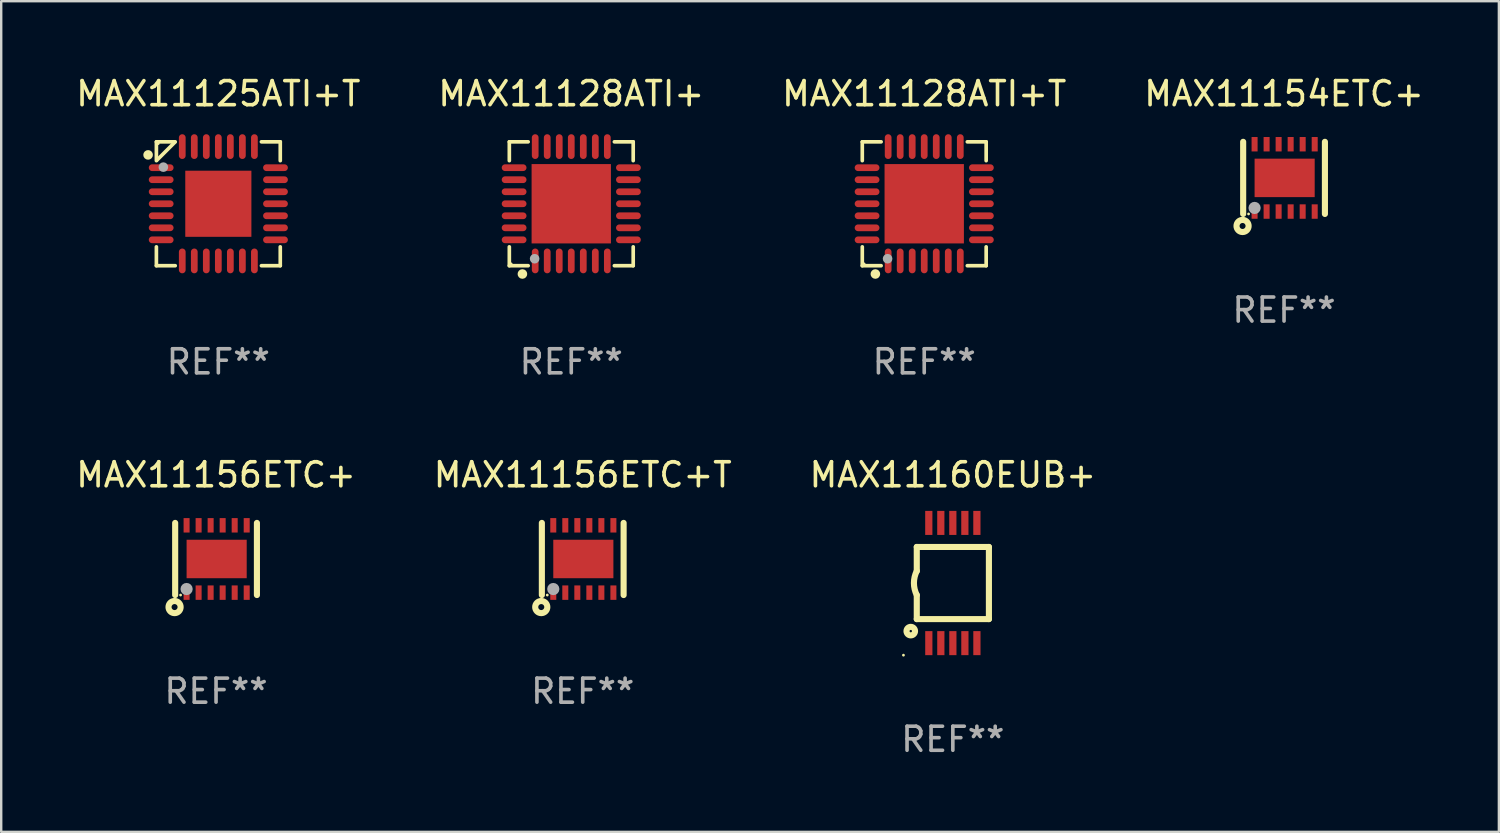
<source format=kicad_pcb>
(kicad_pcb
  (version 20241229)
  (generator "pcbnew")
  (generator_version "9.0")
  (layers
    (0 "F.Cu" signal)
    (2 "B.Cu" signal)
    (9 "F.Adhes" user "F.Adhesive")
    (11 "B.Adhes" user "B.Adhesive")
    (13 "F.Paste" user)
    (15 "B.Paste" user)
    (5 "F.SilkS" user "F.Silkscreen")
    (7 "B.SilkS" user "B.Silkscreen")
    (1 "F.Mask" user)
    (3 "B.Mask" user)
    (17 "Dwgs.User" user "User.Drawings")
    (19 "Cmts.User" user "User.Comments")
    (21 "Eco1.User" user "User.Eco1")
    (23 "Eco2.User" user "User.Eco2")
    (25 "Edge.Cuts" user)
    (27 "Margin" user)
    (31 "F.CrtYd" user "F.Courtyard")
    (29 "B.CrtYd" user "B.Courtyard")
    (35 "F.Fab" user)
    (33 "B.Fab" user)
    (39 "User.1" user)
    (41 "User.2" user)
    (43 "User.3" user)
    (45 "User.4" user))
  (footprint "MAX11160EUB+"
    (layer "F.Cu")
    (at 36.577 21.197)
    (property "Reference" "MAX11160EUB+" (at 0 -4.5 0) (layer "F.SilkS") (effects (font (size 1 1) (thickness 0.15))))
    (attr through_hole)
    (fp_line (start -1.5 -1.5) (end -1.5 -0.5) (stroke (width 0.254) (type solid)) (layer "F.SilkS"))
    (fp_line (start -1.5 1.5) (end -1.5 0.5) (stroke (width 0.254) (type solid)) (layer "F.SilkS"))
    (fp_line (start -1.5 1.5) (end 1.5 1.5) (stroke (width 0.254) (type solid)) (layer "F.SilkS"))
    (fp_line (start 1.5 1.5) (end 1.5 -1.5) (stroke (width 0.254) (type solid)) (layer "F.SilkS"))
    (fp_line (start 1.5 -1.5) (end -1.5 -1.5) (stroke (width 0.254) (type solid)) (layer "F.SilkS"))
    (fp_arc (start -1.500165 0.499873) (mid -1.618199 -0.000127) (end -1.500165 -0.500127) (stroke (width 0.254001) (type solid)) (layer "F.SilkS"))
    (fp_circle (center -2.054 3) (end -2.024 3) (stroke (width 0.06) (type solid)) (fill no) (layer "F.SilkS"))
    (fp_circle (center -1.75 2) (end -1.573 2) (stroke (width 0.254) (type solid)) (fill no) (layer "F.SilkS"))
    (fp_text user "REF**" (at 0 6.5 0) (layer "F.Fab") (effects (font (size 1 1) (thickness 0.15))))
    (pad "1" smd rect (at -0.999 2.5 180) (size 0.3 1) (layers "F.Cu" "F.Mask" "F.Paste"))
    (pad "2" smd rect (at -0.499 2.5 180) (size 0.3 1) (layers "F.Cu" "F.Mask" "F.Paste"))
    (pad "3" smd rect (at 0.001 2.5 180) (size 0.3 1) (layers "F.Cu" "F.Mask" "F.Paste"))
    (pad "4" smd rect (at 0.501 2.5 180) (size 0.3 1) (layers "F.Cu" "F.Mask" "F.Paste"))
    (pad "5" smd rect (at 1.001 2.5 180) (size 0.3 1) (layers "F.Cu" "F.Mask" "F.Paste"))
    (pad "6" smd rect (at 1 -2.5 180) (size 0.3 1) (layers "F.Cu" "F.Mask" "F.Paste"))
    (pad "7" smd rect (at 0.5 -2.5 180) (size 0.3 1) (layers "F.Cu" "F.Mask" "F.Paste"))
    (pad "8" smd rect (at -0.000165 -2.5 180) (size 0.3 1) (layers "F.Cu" "F.Mask" "F.Paste"))
    (pad "9" smd rect (at -0.5 -2.5 180) (size 0.3 1) (layers "F.Cu" "F.Mask" "F.Paste"))
    (pad "10" smd rect (at -1 -2.5 180) (size 0.3 1) (layers "F.Cu" "F.Mask" "F.Paste")))
  (footprint "MAX11128ATI+"
    (layer "F.Cu")
    (at 20.708 5.424)
    (property "Reference" "MAX11128ATI+" (at 0 -4.576 0) (layer "F.SilkS") (effects (font (size 1 1) (thickness 0.15))))
    (attr through_hole)
    (fp_line (start -2.576 -2.576) (end -2.576 -1.792) (stroke (width 0.152) (type solid)) (layer "F.SilkS"))
    (fp_line (start -2.576 1.792) (end -2.576 2.576) (stroke (width 0.152) (type solid)) (layer "F.SilkS"))
    (fp_line (start -2.576 2.576) (end -1.792 2.576) (stroke (width 0.152) (type solid)) (layer "F.SilkS"))
    (fp_line (start -1.792 -2.576) (end -2.576 -2.576) (stroke (width 0.152) (type solid)) (layer "F.SilkS"))
    (fp_line (start 1.792 -2.576) (end 2.576 -2.576) (stroke (width 0.152) (type solid)) (layer "F.SilkS"))
    (fp_line (start 1.792 2.576) (end 2.576 2.576) (stroke (width 0.152) (type solid)) (layer "F.SilkS"))
    (fp_line (start 2.576 -2.576) (end 2.576 -1.792) (stroke (width 0.152) (type solid)) (layer "F.SilkS"))
    (fp_line (start 2.576 2.576) (end 2.576 1.792) (stroke (width 0.152) (type solid)) (layer "F.SilkS"))
    (fp_circle (center -2.5 2.5) (end -2.47 2.5) (stroke (width 0.06) (type solid)) (fill no) (layer "F.SilkS"))
    (fp_circle (center -2.032 2.921) (end -1.932 2.921) (stroke (width 0.2) (type solid)) (fill no) (layer "F.SilkS"))
    (fp_circle (center -1.524 2.286) (end -1.424 2.286) (stroke (width 0.2) (type solid)) (fill no) (layer "F.Fab"))
    (fp_text user "REF**" (at 0 6.576 0) (layer "F.Fab") (effects (font (size 1 1) (thickness 0.15))))
    (pad "1" smd oval (at -1.5 2.377 90) (size 1.03 0.28) (layers "F.Cu" "F.Mask" "F.Paste"))
    (pad "2" smd oval (at -1 2.377 90) (size 1.03 0.28) (layers "F.Cu" "F.Mask" "F.Paste"))
    (pad "3" smd oval (at -0.5 2.377 90) (size 1.03 0.28) (layers "F.Cu" "F.Mask" "F.Paste"))
    (pad "4" smd oval (at -0.000051 2.377 90) (size 1.03 0.28) (layers "F.Cu" "F.Mask" "F.Paste"))
    (pad "5" smd oval (at 0.5 2.377 90) (size 1.03 0.28) (layers "F.Cu" "F.Mask" "F.Paste"))
    (pad "6" smd oval (at 1 2.377 90) (size 1.03 0.28) (layers "F.Cu" "F.Mask" "F.Paste"))
    (pad "7" smd oval (at 1.5 2.377 90) (size 1.03 0.28) (layers "F.Cu" "F.Mask" "F.Paste"))
    (pad "8" smd oval (at 2.377 1.5 90) (size 0.28 1.03) (layers "F.Cu" "F.Mask" "F.Paste"))
    (pad "9" smd oval (at 2.377 1 90) (size 0.28 1.03) (layers "F.Cu" "F.Mask" "F.Paste"))
    (pad "10" smd oval (at 2.377 0.5 90) (size 0.28 1.03) (layers "F.Cu" "F.Mask" "F.Paste"))
    (pad "11" smd oval (at 2.377 -0.000051 90) (size 0.28 1.03) (layers "F.Cu" "F.Mask" "F.Paste"))
    (pad "12" smd oval (at 2.377 -0.5 90) (size 0.28 1.03) (layers "F.Cu" "F.Mask" "F.Paste"))
    (pad "13" smd oval (at 2.377 -1 90) (size 0.28 1.03) (layers "F.Cu" "F.Mask" "F.Paste"))
    (pad "14" smd oval (at 2.377 -1.5 90) (size 0.28 1.03) (layers "F.Cu" "F.Mask" "F.Paste"))
    (pad "15" smd oval (at 1.5 -2.377 90) (size 1.03 0.28) (layers "F.Cu" "F.Mask" "F.Paste"))
    (pad "16" smd oval (at 1 -2.377 90) (size 1.03 0.28) (layers "F.Cu" "F.Mask" "F.Paste"))
    (pad "17" smd oval (at 0.5 -2.377 90) (size 1.03 0.28) (layers "F.Cu" "F.Mask" "F.Paste"))
    (pad "18" smd oval (at -0.000051 -2.377 90) (size 1.03 0.28) (layers "F.Cu" "F.Mask" "F.Paste"))
    (pad "19" smd oval (at -0.5 -2.377 90) (size 1.03 0.28) (layers "F.Cu" "F.Mask" "F.Paste"))
    (pad "20" smd oval (at -1 -2.377 90) (size 1.03 0.28) (layers "F.Cu" "F.Mask" "F.Paste"))
    (pad "21" smd oval (at -1.5 -2.377 90) (size 1.03 0.28) (layers "F.Cu" "F.Mask" "F.Paste"))
    (pad "22" smd oval (at -2.377 -1.5 90) (size 0.28 1.03) (layers "F.Cu" "F.Mask" "F.Paste"))
    (pad "23" smd oval (at -2.377 -1 90) (size 0.28 1.03) (layers "F.Cu" "F.Mask" "F.Paste"))
    (pad "24" smd oval (at -2.377 -0.5 90) (size 0.28 1.03) (layers "F.Cu" "F.Mask" "F.Paste"))
    (pad "25" smd oval (at -2.377 -0.000051 90) (size 0.28 1.03) (layers "F.Cu" "F.Mask" "F.Paste"))
    (pad "26" smd oval (at -2.377 0.5 90) (size 0.28 1.03) (layers "F.Cu" "F.Mask" "F.Paste"))
    (pad "27" smd oval (at -2.377 1 90) (size 0.28 1.03) (layers "F.Cu" "F.Mask" "F.Paste"))
    (pad "28" smd oval (at -2.377 1.5 90) (size 0.28 1.03) (layers "F.Cu" "F.Mask" "F.Paste"))
    (pad "29" smd rect (at -0.000051 -0.000051 90) (size 3.3 3.3) (layers "F.Cu" "F.Mask" "F.Paste")))
  (footprint "MAX11128ATI+T"
    (layer "F.Cu")
    (at 35.387 5.424)
    (property "Reference" "MAX11128ATI+T" (at 0 -4.576 0) (layer "F.SilkS") (effects (font (size 1 1) (thickness 0.15))))
    (attr through_hole)
    (fp_line (start -2.576 -2.576) (end -2.576 -1.792) (stroke (width 0.152) (type solid)) (layer "F.SilkS"))
    (fp_line (start -2.576 1.792) (end -2.576 2.576) (stroke (width 0.152) (type solid)) (layer "F.SilkS"))
    (fp_line (start -2.576 2.576) (end -1.792 2.576) (stroke (width 0.152) (type solid)) (layer "F.SilkS"))
    (fp_line (start -1.792 -2.576) (end -2.576 -2.576) (stroke (width 0.152) (type solid)) (layer "F.SilkS"))
    (fp_line (start 1.792 -2.576) (end 2.576 -2.576) (stroke (width 0.152) (type solid)) (layer "F.SilkS"))
    (fp_line (start 1.792 2.576) (end 2.576 2.576) (stroke (width 0.152) (type solid)) (layer "F.SilkS"))
    (fp_line (start 2.576 -2.576) (end 2.576 -1.792) (stroke (width 0.152) (type solid)) (layer "F.SilkS"))
    (fp_line (start 2.576 2.576) (end 2.576 1.792) (stroke (width 0.152) (type solid)) (layer "F.SilkS"))
    (fp_circle (center -2.5 2.5) (end -2.47 2.5) (stroke (width 0.06) (type solid)) (fill no) (layer "F.SilkS"))
    (fp_circle (center -2.032 2.921) (end -1.932 2.921) (stroke (width 0.2) (type solid)) (fill no) (layer "F.SilkS"))
    (fp_circle (center -1.524 2.286) (end -1.424 2.286) (stroke (width 0.2) (type solid)) (fill no) (layer "F.Fab"))
    (fp_text user "REF**" (at 0 6.576 0) (layer "F.Fab") (effects (font (size 1 1) (thickness 0.15))))
    (pad "1" smd oval (at -1.5 2.377 90) (size 1.03 0.28) (layers "F.Cu" "F.Mask" "F.Paste"))
    (pad "2" smd oval (at -1 2.377 90) (size 1.03 0.28) (layers "F.Cu" "F.Mask" "F.Paste"))
    (pad "3" smd oval (at -0.5 2.377 90) (size 1.03 0.28) (layers "F.Cu" "F.Mask" "F.Paste"))
    (pad "4" smd oval (at -0.000051 2.377 90) (size 1.03 0.28) (layers "F.Cu" "F.Mask" "F.Paste"))
    (pad "5" smd oval (at 0.5 2.377 90) (size 1.03 0.28) (layers "F.Cu" "F.Mask" "F.Paste"))
    (pad "6" smd oval (at 1 2.377 90) (size 1.03 0.28) (layers "F.Cu" "F.Mask" "F.Paste"))
    (pad "7" smd oval (at 1.5 2.377 90) (size 1.03 0.28) (layers "F.Cu" "F.Mask" "F.Paste"))
    (pad "8" smd oval (at 2.377 1.5 90) (size 0.28 1.03) (layers "F.Cu" "F.Mask" "F.Paste"))
    (pad "9" smd oval (at 2.377 1 90) (size 0.28 1.03) (layers "F.Cu" "F.Mask" "F.Paste"))
    (pad "10" smd oval (at 2.377 0.5 90) (size 0.28 1.03) (layers "F.Cu" "F.Mask" "F.Paste"))
    (pad "11" smd oval (at 2.377 -0.000051 90) (size 0.28 1.03) (layers "F.Cu" "F.Mask" "F.Paste"))
    (pad "12" smd oval (at 2.377 -0.5 90) (size 0.28 1.03) (layers "F.Cu" "F.Mask" "F.Paste"))
    (pad "13" smd oval (at 2.377 -1 90) (size 0.28 1.03) (layers "F.Cu" "F.Mask" "F.Paste"))
    (pad "14" smd oval (at 2.377 -1.5 90) (size 0.28 1.03) (layers "F.Cu" "F.Mask" "F.Paste"))
    (pad "15" smd oval (at 1.5 -2.377 90) (size 1.03 0.28) (layers "F.Cu" "F.Mask" "F.Paste"))
    (pad "16" smd oval (at 1 -2.377 90) (size 1.03 0.28) (layers "F.Cu" "F.Mask" "F.Paste"))
    (pad "17" smd oval (at 0.5 -2.377 90) (size 1.03 0.28) (layers "F.Cu" "F.Mask" "F.Paste"))
    (pad "18" smd oval (at -0.000051 -2.377 90) (size 1.03 0.28) (layers "F.Cu" "F.Mask" "F.Paste"))
    (pad "19" smd oval (at -0.5 -2.377 90) (size 1.03 0.28) (layers "F.Cu" "F.Mask" "F.Paste"))
    (pad "20" smd oval (at -1 -2.377 90) (size 1.03 0.28) (layers "F.Cu" "F.Mask" "F.Paste"))
    (pad "21" smd oval (at -1.5 -2.377 90) (size 1.03 0.28) (layers "F.Cu" "F.Mask" "F.Paste"))
    (pad "22" smd oval (at -2.377 -1.5 90) (size 0.28 1.03) (layers "F.Cu" "F.Mask" "F.Paste"))
    (pad "23" smd oval (at -2.377 -1 90) (size 0.28 1.03) (layers "F.Cu" "F.Mask" "F.Paste"))
    (pad "24" smd oval (at -2.377 -0.5 90) (size 0.28 1.03) (layers "F.Cu" "F.Mask" "F.Paste"))
    (pad "25" smd oval (at -2.377 -0.000051 90) (size 0.28 1.03) (layers "F.Cu" "F.Mask" "F.Paste"))
    (pad "26" smd oval (at -2.377 0.5 90) (size 0.28 1.03) (layers "F.Cu" "F.Mask" "F.Paste"))
    (pad "27" smd oval (at -2.377 1 90) (size 0.28 1.03) (layers "F.Cu" "F.Mask" "F.Paste"))
    (pad "28" smd oval (at -2.377 1.5 90) (size 0.28 1.03) (layers "F.Cu" "F.Mask" "F.Paste"))
    (pad "29" smd rect (at -0.000051 -0.000051 90) (size 3.3 3.3) (layers "F.Cu" "F.Mask" "F.Paste")))
  (footprint "MAX11125ATI+T"
    (layer "F.Cu")
    (at 6.03 5.424)
    (property "Reference" "MAX11125ATI+T" (at 0 -4.576 0) (layer "F.SilkS") (effects (font (size 1 1) (thickness 0.15))))
    (attr through_hole)
    (fp_line (start -2.576 -2.576) (end -1.792 -2.576) (stroke (width 0.152) (type solid)) (layer "F.SilkS"))
    (fp_line (start -2.576 -1.792) (end -2.576 -2.576) (stroke (width 0.152) (type solid)) (layer "F.SilkS"))
    (fp_line (start -2.576 1.792) (end -2.576 2.576) (stroke (width 0.152) (type solid)) (layer "F.SilkS"))
    (fp_line (start -2.576 2.576) (end -1.792 2.576) (stroke (width 0.152) (type solid)) (layer "F.SilkS"))
    (fp_line (start -1.819 -2.549) (end -2.549 -1.819) (stroke (width 0.152) (type solid)) (layer "F.SilkS"))
    (fp_line (start 2.576 -2.576) (end 1.792 -2.576) (stroke (width 0.152) (type solid)) (layer "F.SilkS"))
    (fp_line (start 2.576 -1.792) (end 2.576 -2.576) (stroke (width 0.152) (type solid)) (layer "F.SilkS"))
    (fp_line (start 2.576 1.792) (end 2.576 2.576) (stroke (width 0.152) (type solid)) (layer "F.SilkS"))
    (fp_line (start 2.576 2.576) (end 1.792 2.576) (stroke (width 0.152) (type solid)) (layer "F.SilkS"))
    (fp_circle (center -2.921 -2.032) (end -2.821 -2.032) (stroke (width 0.2) (type solid)) (fill no) (layer "F.SilkS"))
    (fp_circle (center -2.5 -2.5) (end -2.47 -2.5) (stroke (width 0.06) (type solid)) (fill no) (layer "F.SilkS"))
    (fp_circle (center -2.286 -1.524) (end -2.186 -1.524) (stroke (width 0.2) (type solid)) (fill no) (layer "F.Fab"))
    (fp_text user "REF**" (at 0 6.576 0) (layer "F.Fab") (effects (font (size 1 1) (thickness 0.15))))
    (pad "1" smd oval (at -2.377 -1.5) (size 1.03 0.28) (layers "F.Cu" "F.Mask" "F.Paste"))
    (pad "2" smd oval (at -2.377 -1) (size 1.03 0.28) (layers "F.Cu" "F.Mask" "F.Paste"))
    (pad "3" smd oval (at -2.377 -0.5) (size 1.03 0.28) (layers "F.Cu" "F.Mask" "F.Paste"))
    (pad "4" smd oval (at -2.377 0) (size 1.03 0.28) (layers "F.Cu" "F.Mask" "F.Paste"))
    (pad "5" smd oval (at -2.377 0.5) (size 1.03 0.28) (layers "F.Cu" "F.Mask" "F.Paste"))
    (pad "6" smd oval (at -2.377 1) (size 1.03 0.28) (layers "F.Cu" "F.Mask" "F.Paste"))
    (pad "7" smd oval (at -2.377 1.5) (size 1.03 0.28) (layers "F.Cu" "F.Mask" "F.Paste"))
    (pad "8" smd oval (at -1.5 2.377) (size 0.28 1.03) (layers "F.Cu" "F.Mask" "F.Paste"))
    (pad "9" smd oval (at -1 2.377) (size 0.28 1.03) (layers "F.Cu" "F.Mask" "F.Paste"))
    (pad "10" smd oval (at -0.5 2.377) (size 0.28 1.03) (layers "F.Cu" "F.Mask" "F.Paste"))
    (pad "11" smd oval (at 0 2.377) (size 0.28 1.03) (layers "F.Cu" "F.Mask" "F.Paste"))
    (pad "12" smd oval (at 0.5 2.377) (size 0.28 1.03) (layers "F.Cu" "F.Mask" "F.Paste"))
    (pad "13" smd oval (at 1 2.377) (size 0.28 1.03) (layers "F.Cu" "F.Mask" "F.Paste"))
    (pad "14" smd oval (at 1.5 2.377) (size 0.28 1.03) (layers "F.Cu" "F.Mask" "F.Paste"))
    (pad "15" smd oval (at 2.377 1.5) (size 1.03 0.28) (layers "F.Cu" "F.Mask" "F.Paste"))
    (pad "16" smd oval (at 2.377 1) (size 1.03 0.28) (layers "F.Cu" "F.Mask" "F.Paste"))
    (pad "17" smd oval (at 2.377 0.5) (size 1.03 0.28) (layers "F.Cu" "F.Mask" "F.Paste"))
    (pad "18" smd oval (at 2.377 0) (size 1.03 0.28) (layers "F.Cu" "F.Mask" "F.Paste"))
    (pad "19" smd oval (at 2.377 -0.5) (size 1.03 0.28) (layers "F.Cu" "F.Mask" "F.Paste"))
    (pad "20" smd oval (at 2.377 -1) (size 1.03 0.28) (layers "F.Cu" "F.Mask" "F.Paste"))
    (pad "21" smd oval (at 2.377 -1.5) (size 1.03 0.28) (layers "F.Cu" "F.Mask" "F.Paste"))
    (pad "22" smd oval (at 1.5 -2.377) (size 0.28 1.03) (layers "F.Cu" "F.Mask" "F.Paste"))
    (pad "23" smd oval (at 1 -2.377) (size 0.28 1.03) (layers "F.Cu" "F.Mask" "F.Paste"))
    (pad "24" smd oval (at 0.5 -2.377) (size 0.28 1.03) (layers "F.Cu" "F.Mask" "F.Paste"))
    (pad "25" smd oval (at 0 -2.377) (size 0.28 1.03) (layers "F.Cu" "F.Mask" "F.Paste"))
    (pad "26" smd oval (at -0.5 -2.377) (size 0.28 1.03) (layers "F.Cu" "F.Mask" "F.Paste"))
    (pad "27" smd oval (at -1 -2.377) (size 0.28 1.03) (layers "F.Cu" "F.Mask" "F.Paste"))
    (pad "28" smd oval (at -1.5 -2.377) (size 0.28 1.03) (layers "F.Cu" "F.Mask" "F.Paste"))
    (pad "29" smd rect (at 0 0) (size 2.75 2.75) (layers "F.Cu" "F.Mask" "F.Paste")))
  (footprint "MAX11156ETC+"
    (layer "F.Cu")
    (at 5.935 20.197)
    (property "Reference" "MAX11156ETC+" (at 0 -3.5 0) (layer "F.SilkS") (effects (font (size 1 1) (thickness 0.15))))
    (attr through_hole)
    (fp_line (start -1.7 -1.5) (end -1.7 1.5) (stroke (width 0.254) (type solid)) (layer "F.SilkS"))
    (fp_line (start 1.7 -1.5) (end 1.7 1.5) (stroke (width 0.254) (type solid)) (layer "F.SilkS"))
    (fp_circle (center -1.725 2) (end -1.6 2) (stroke (width 0.254) (type solid)) (fill no) (layer "F.SilkS"))
    (fp_circle (center -1.475 1.5) (end -1.445 1.5) (stroke (width 0.06) (type solid)) (fill no) (layer "F.SilkS"))
    (fp_circle (center -1.225 1.25) (end -1.098 1.25) (stroke (width 0.254) (type solid)) (fill no) (layer "F.Fab"))
    (fp_text user "REF**" (at 0 5.5 0) (layer "F.Fab") (effects (font (size 1 1) (thickness 0.15))))
    (pad "1" smd rect (at -1.225 1.4) (size 0.25 0.6) (layers "F.Cu" "F.Mask" "F.Paste"))
    (pad "2" smd rect (at -0.725 1.4) (size 0.25 0.6) (layers "F.Cu" "F.Mask" "F.Paste"))
    (pad "3" smd rect (at -0.225 1.4) (size 0.25 0.6) (layers "F.Cu" "F.Mask" "F.Paste"))
    (pad "4" smd rect (at 0.275 1.4) (size 0.25 0.6) (layers "F.Cu" "F.Mask" "F.Paste"))
    (pad "5" smd rect (at 0.775 1.4) (size 0.25 0.6) (layers "F.Cu" "F.Mask" "F.Paste"))
    (pad "6" smd rect (at 1.275 1.4) (size 0.25 0.6) (layers "F.Cu" "F.Mask" "F.Paste"))
    (pad "7" smd rect (at 1.275 -1.4) (size 0.25 0.6) (layers "F.Cu" "F.Mask" "F.Paste"))
    (pad "8" smd rect (at 0.775 -1.4) (size 0.25 0.6) (layers "F.Cu" "F.Mask" "F.Paste"))
    (pad "9" smd rect (at 0.275 -1.4) (size 0.25 0.6) (layers "F.Cu" "F.Mask" "F.Paste"))
    (pad "10" smd rect (at -0.225 -1.4) (size 0.25 0.6) (layers "F.Cu" "F.Mask" "F.Paste"))
    (pad "11" smd rect (at -0.725 -1.4) (size 0.25 0.6) (layers "F.Cu" "F.Mask" "F.Paste"))
    (pad "12" smd rect (at -1.225 -1.4) (size 0.25 0.6) (layers "F.Cu" "F.Mask" "F.Paste"))
    (pad "13" smd rect (at 0.025 0 90) (size 1.6 2.5) (layers "F.Cu" "F.Mask" "F.Paste")))
  (footprint "MAX11154ETC+"
    (layer "F.Cu")
    (at 50.351 4.348)
    (property "Reference" "MAX11154ETC+" (at 0 -3.5 0) (layer "F.SilkS") (effects (font (size 1 1) (thickness 0.15))))
    (attr through_hole)
    (fp_line (start -1.7 -1.5) (end -1.7 1.5) (stroke (width 0.254) (type solid)) (layer "F.SilkS"))
    (fp_line (start 1.7 -1.5) (end 1.7 1.5) (stroke (width 0.254) (type solid)) (layer "F.SilkS"))
    (fp_circle (center -1.725 2) (end -1.6 2) (stroke (width 0.254) (type solid)) (fill no) (layer "F.SilkS"))
    (fp_circle (center -1.475 1.5) (end -1.445 1.5) (stroke (width 0.06) (type solid)) (fill no) (layer "F.SilkS"))
    (fp_circle (center -1.225 1.25) (end -1.098 1.25) (stroke (width 0.254) (type solid)) (fill no) (layer "F.Fab"))
    (fp_text user "REF**" (at 0 5.5 0) (layer "F.Fab") (effects (font (size 1 1) (thickness 0.15))))
    (pad "1" smd rect (at -1.225 1.4) (size 0.25 0.6) (layers "F.Cu" "F.Mask" "F.Paste"))
    (pad "2" smd rect (at -0.725 1.4) (size 0.25 0.6) (layers "F.Cu" "F.Mask" "F.Paste"))
    (pad "3" smd rect (at -0.225 1.4) (size 0.25 0.6) (layers "F.Cu" "F.Mask" "F.Paste"))
    (pad "4" smd rect (at 0.275 1.4) (size 0.25 0.6) (layers "F.Cu" "F.Mask" "F.Paste"))
    (pad "5" smd rect (at 0.775 1.4) (size 0.25 0.6) (layers "F.Cu" "F.Mask" "F.Paste"))
    (pad "6" smd rect (at 1.275 1.4) (size 0.25 0.6) (layers "F.Cu" "F.Mask" "F.Paste"))
    (pad "7" smd rect (at 1.275 -1.4) (size 0.25 0.6) (layers "F.Cu" "F.Mask" "F.Paste"))
    (pad "8" smd rect (at 0.775 -1.4) (size 0.25 0.6) (layers "F.Cu" "F.Mask" "F.Paste"))
    (pad "9" smd rect (at 0.275 -1.4) (size 0.25 0.6) (layers "F.Cu" "F.Mask" "F.Paste"))
    (pad "10" smd rect (at -0.225 -1.4) (size 0.25 0.6) (layers "F.Cu" "F.Mask" "F.Paste"))
    (pad "11" smd rect (at -0.725 -1.4) (size 0.25 0.6) (layers "F.Cu" "F.Mask" "F.Paste"))
    (pad "12" smd rect (at -1.225 -1.4) (size 0.25 0.6) (layers "F.Cu" "F.Mask" "F.Paste"))
    (pad "13" smd rect (at 0.025 0 90) (size 1.6 2.5) (layers "F.Cu" "F.Mask" "F.Paste")))
  (footprint "MAX11156ETC+T"
    (layer "F.Cu")
    (at 21.185 20.197)
    (property "Reference" "MAX11156ETC+T" (at 0 -3.5 0) (layer "F.SilkS") (effects (font (size 1 1) (thickness 0.15))))
    (attr through_hole)
    (fp_line (start -1.7 -1.5) (end -1.7 1.5) (stroke (width 0.254) (type solid)) (layer "F.SilkS"))
    (fp_line (start 1.7 -1.5) (end 1.7 1.5) (stroke (width 0.254) (type solid)) (layer "F.SilkS"))
    (fp_circle (center -1.725 2) (end -1.6 2) (stroke (width 0.254) (type solid)) (fill no) (layer "F.SilkS"))
    (fp_circle (center -1.475 1.5) (end -1.445 1.5) (stroke (width 0.06) (type solid)) (fill no) (layer "F.SilkS"))
    (fp_circle (center -1.225 1.25) (end -1.098 1.25) (stroke (width 0.254) (type solid)) (fill no) (layer "F.Fab"))
    (fp_text user "REF**" (at 0 5.5 0) (layer "F.Fab") (effects (font (size 1 1) (thickness 0.15))))
    (pad "1" smd rect (at -1.225 1.4) (size 0.25 0.6) (layers "F.Cu" "F.Mask" "F.Paste"))
    (pad "2" smd rect (at -0.725 1.4) (size 0.25 0.6) (layers "F.Cu" "F.Mask" "F.Paste"))
    (pad "3" smd rect (at -0.225 1.4) (size 0.25 0.6) (layers "F.Cu" "F.Mask" "F.Paste"))
    (pad "4" smd rect (at 0.275 1.4) (size 0.25 0.6) (layers "F.Cu" "F.Mask" "F.Paste"))
    (pad "5" smd rect (at 0.775 1.4) (size 0.25 0.6) (layers "F.Cu" "F.Mask" "F.Paste"))
    (pad "6" smd rect (at 1.275 1.4) (size 0.25 0.6) (layers "F.Cu" "F.Mask" "F.Paste"))
    (pad "7" smd rect (at 1.275 -1.4) (size 0.25 0.6) (layers "F.Cu" "F.Mask" "F.Paste"))
    (pad "8" smd rect (at 0.775 -1.4) (size 0.25 0.6) (layers "F.Cu" "F.Mask" "F.Paste"))
    (pad "9" smd rect (at 0.275 -1.4) (size 0.25 0.6) (layers "F.Cu" "F.Mask" "F.Paste"))
    (pad "10" smd rect (at -0.225 -1.4) (size 0.25 0.6) (layers "F.Cu" "F.Mask" "F.Paste"))
    (pad "11" smd rect (at -0.725 -1.4) (size 0.25 0.6) (layers "F.Cu" "F.Mask" "F.Paste"))
    (pad "12" smd rect (at -1.225 -1.4) (size 0.25 0.6) (layers "F.Cu" "F.Mask" "F.Paste"))
    (pad "13" smd rect (at 0.025 0 90) (size 1.6 2.5) (layers "F.Cu" "F.Mask" "F.Paste")))
  (gr_rect
    (start -3 -3)
    (end 59.286 31.545)
    (stroke (width 0.1) (type default))
    (fill no)
    (layer "Edge.Cuts")))
</source>
